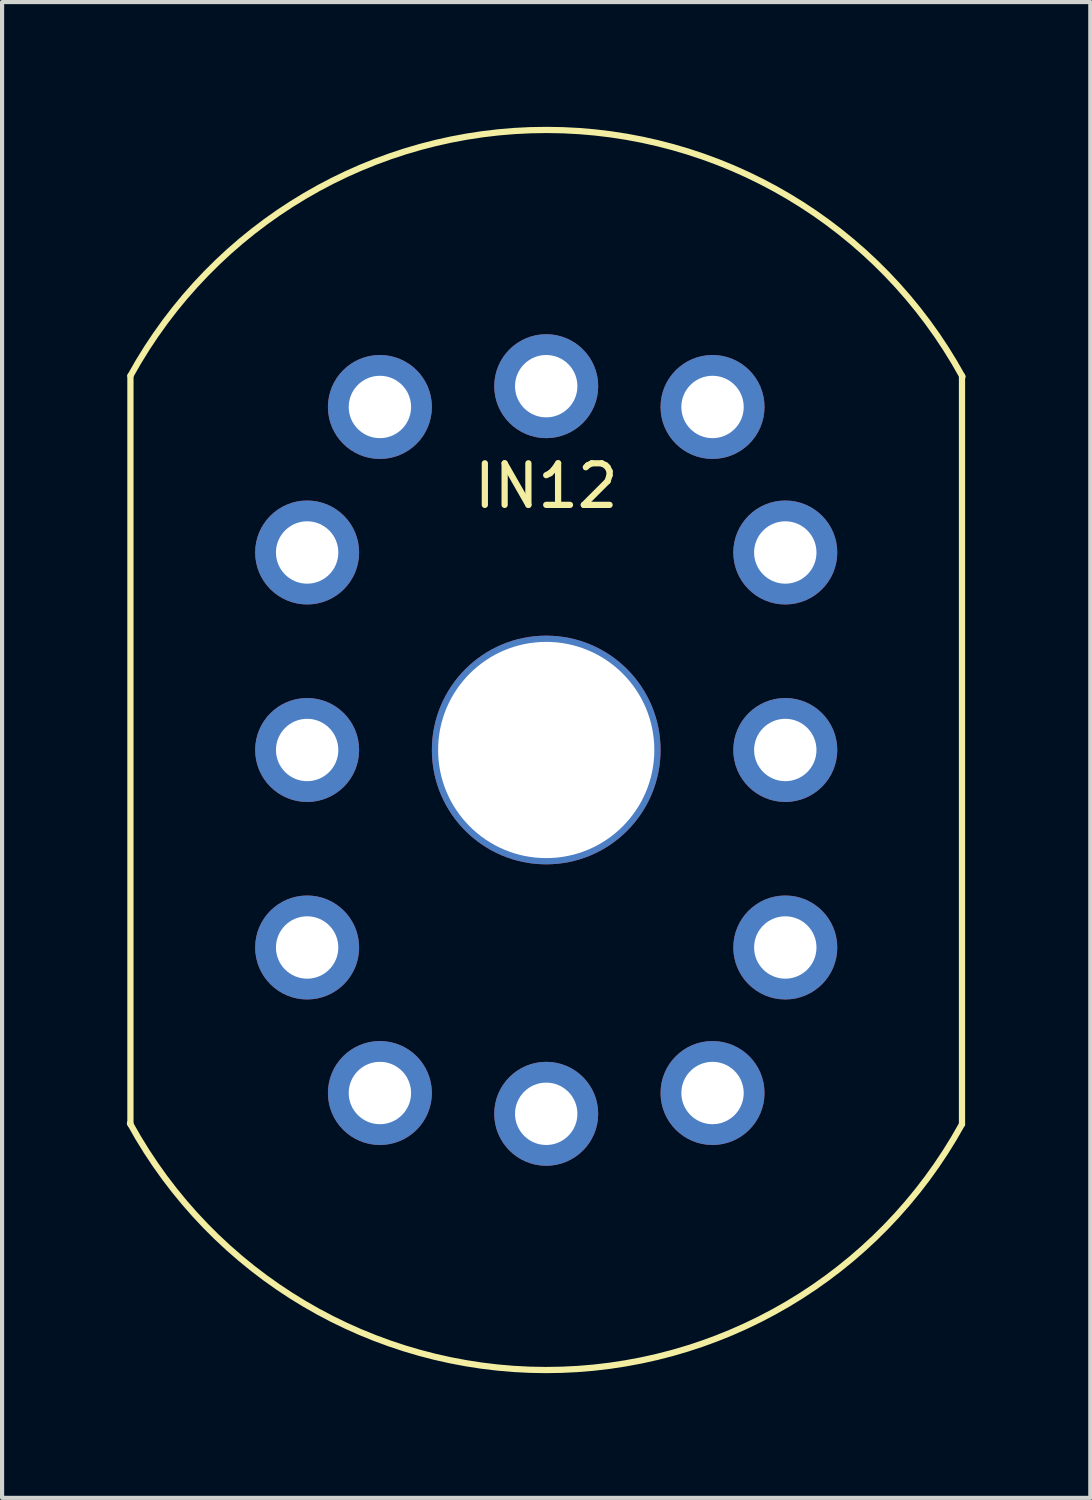
<source format=kicad_pcb>
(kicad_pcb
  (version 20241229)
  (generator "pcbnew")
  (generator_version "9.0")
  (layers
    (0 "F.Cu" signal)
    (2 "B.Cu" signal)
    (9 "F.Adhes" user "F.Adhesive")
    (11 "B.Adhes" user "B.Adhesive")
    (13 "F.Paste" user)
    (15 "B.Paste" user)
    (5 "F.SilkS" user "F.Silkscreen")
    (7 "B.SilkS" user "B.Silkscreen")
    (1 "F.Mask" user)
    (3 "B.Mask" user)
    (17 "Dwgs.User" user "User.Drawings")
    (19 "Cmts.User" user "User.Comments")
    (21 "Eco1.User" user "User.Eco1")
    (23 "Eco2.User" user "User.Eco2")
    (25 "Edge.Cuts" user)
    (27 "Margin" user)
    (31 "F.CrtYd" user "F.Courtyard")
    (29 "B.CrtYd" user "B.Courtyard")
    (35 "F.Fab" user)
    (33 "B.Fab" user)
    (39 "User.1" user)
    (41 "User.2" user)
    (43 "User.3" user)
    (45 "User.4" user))
  (footprint "IN12"
    (layer "F.Cu")
    (at 10.087 14.988)
    (property "Reference" "IN12" (at 0 -6.35 0) (layer "F.SilkS") (effects (font (size 1 1) (thickness 0.15))))
    (attr through_hole)
    (fp_line (start -10 9) (end -10 -9) (stroke (width 0.15) (type solid)) (layer "F.SilkS"))
    (fp_line (start 10 9) (end 10 -9) (stroke (width 0.15) (type solid)) (layer "F.SilkS"))
    (fp_arc (start -10 -9) (mid 0.012109 -14.912706) (end 10.011649 -8.978767) (stroke (width 0.15) (type solid)) (layer "F.SilkS"))
    (fp_arc (start 10 9) (mid -0.012109 14.912706) (end -10.011649 8.978767) (stroke (width 0.15) (type solid)) (layer "F.SilkS"))
    (pad "1" thru_hole circle (at 4 8.25) (size 2.5 2.5) (drill 1.5) (layers "*.Cu" "*.Mask"))
    (pad "2" thru_hole circle (at 5.75 4.75) (size 2.5 2.5) (drill 1.5) (layers "*.Cu" "*.Mask"))
    (pad "3" thru_hole circle (at 5.75 0) (size 2.5 2.5) (drill 1.5) (layers "*.Cu" "*.Mask"))
    (pad "4" thru_hole circle (at 5.75 -4.75) (size 2.5 2.5) (drill 1.5) (layers "*.Cu" "*.Mask"))
    (pad "5" thru_hole circle (at 4 -8.25) (size 2.5 2.5) (drill 1.5) (layers "*.Cu" "*.Mask"))
    (pad "6" thru_hole circle (at 0 -8.75) (size 2.5 2.5) (drill 1.5) (layers "*.Cu" "*.Mask"))
    (pad "7" thru_hole circle (at -4 -8.25) (size 2.5 2.5) (drill 1.5) (layers "*.Cu" "*.Mask"))
    (pad "8" thru_hole circle (at -5.75 -4.75) (size 2.5 2.5) (drill 1.5) (layers "*.Cu" "*.Mask"))
    (pad "9" thru_hole circle (at -5.75 0) (size 2.5 2.5) (drill 1.5) (layers "*.Cu" "*.Mask"))
    (pad "10" thru_hole circle (at -5.75 4.75) (size 2.5 2.5) (drill 1.5) (layers "*.Cu" "*.Mask"))
    (pad "11" thru_hole circle (at -4 8.25) (size 2.5 2.5) (drill 1.5) (layers "*.Cu" "*.Mask"))
    (pad "12" thru_hole circle (at 0 8.75) (size 2.5 2.5) (drill 1.5) (layers "*.Cu" "*.Mask"))
    (pad "13" thru_hole circle (at 0 0) (size 5.5 5.5) (drill 5.2) (layers "*.Cu" "*.Mask")))
  (gr_rect
    (start -3 -3)
    (end 23.173 32.975)
    (stroke (width 0.1) (type default))
    (fill no)
    (layer "Edge.Cuts")))
</source>
